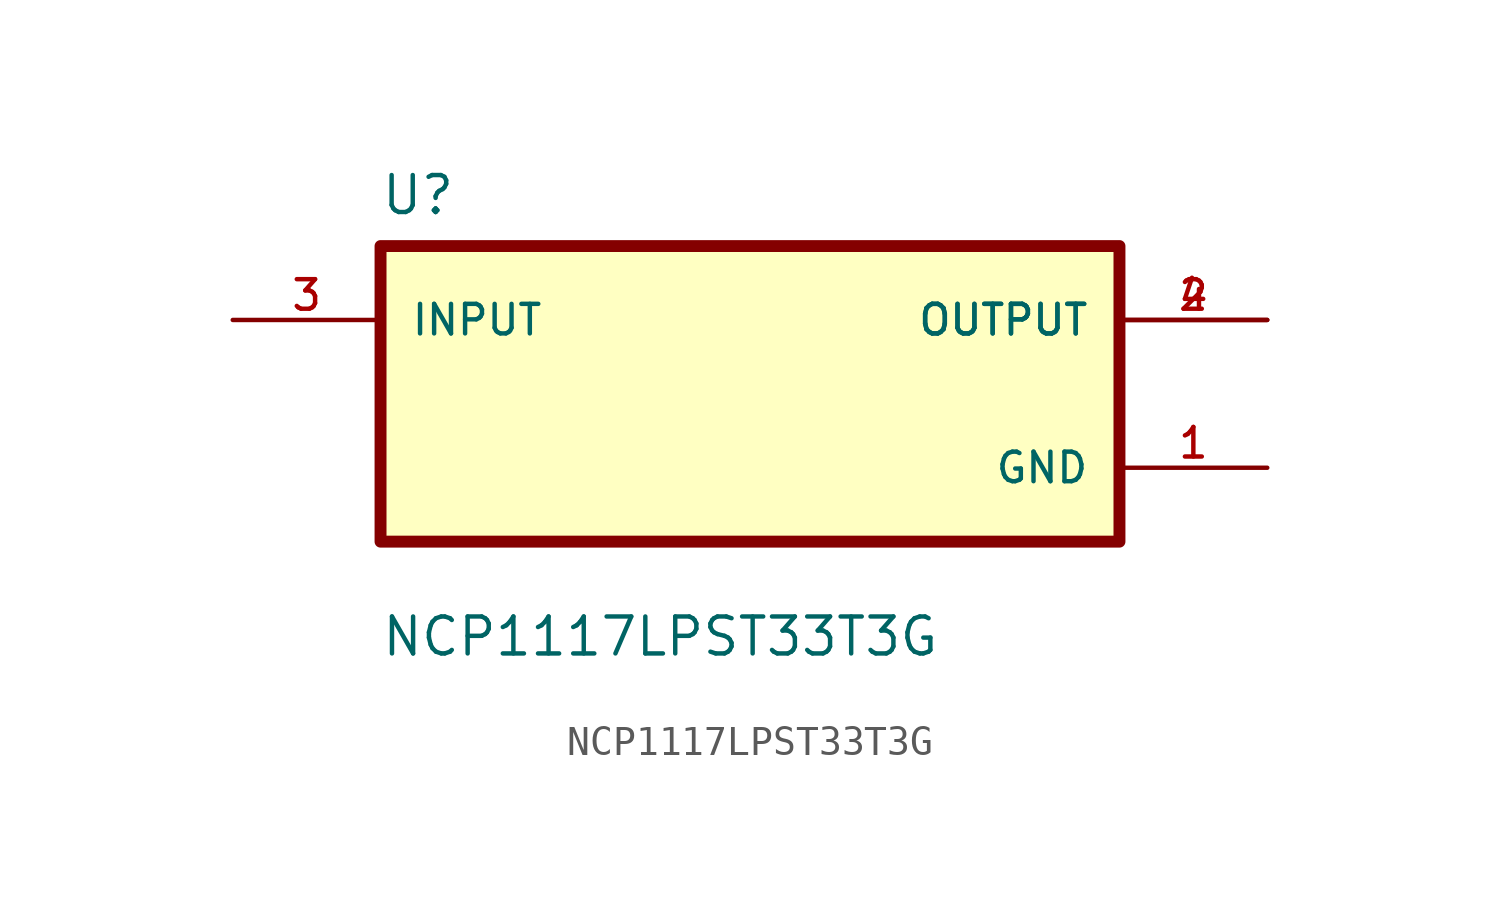
<source format=kicad_sym>
(kicad_symbol_lib
  (version 20211014)
  (generator kicad_symbol_editor)
  (symbol "NCP1117LPST33T3G"
    (pin_names
      (offset 1.016))
    (property "Reference" "U"
      (at -12.721 6.088 0.0)
      (effects (font (size 1.27 1.27)) (justify bottom left)))
    (property "Value" "NCP1117LPST33T3G"
      (at -12.709 -9.086 0.0)
      (effects (font (size 1.27 1.27)) (justify bottom left)))
    (symbol "NCP1117LPST33T3G_0_0"
      (rectangle (start -12.7 -5.08) (end 12.7 5.08) (stroke (width 0.41)) (fill (type background)))
      (pin input line (at -17.78 2.54 0) (length 5.08) (name "INPUT" (effects (font (size 1.016 1.016)))) (number "3" (effects (font (size 1.016 1.016)))))
      (pin output line (at 17.78 2.54 180.0) (length 5.08) (name "OUTPUT" (effects (font (size 1.016 1.016)))) (number "2" (effects (font (size 1.016 1.016)))))
      (pin output line (at 17.78 2.54 180.0) (length 5.08) (name "OUTPUT" (effects (font (size 1.016 1.016)))) (number "4" (effects (font (size 1.016 1.016)))))
      (pin power_in line (at 17.78 -2.54 180.0) (length 5.08) (name "GND" (effects (font (size 1.016 1.016)))) (number "1" (effects (font (size 1.016 1.016))))))))
</source>
